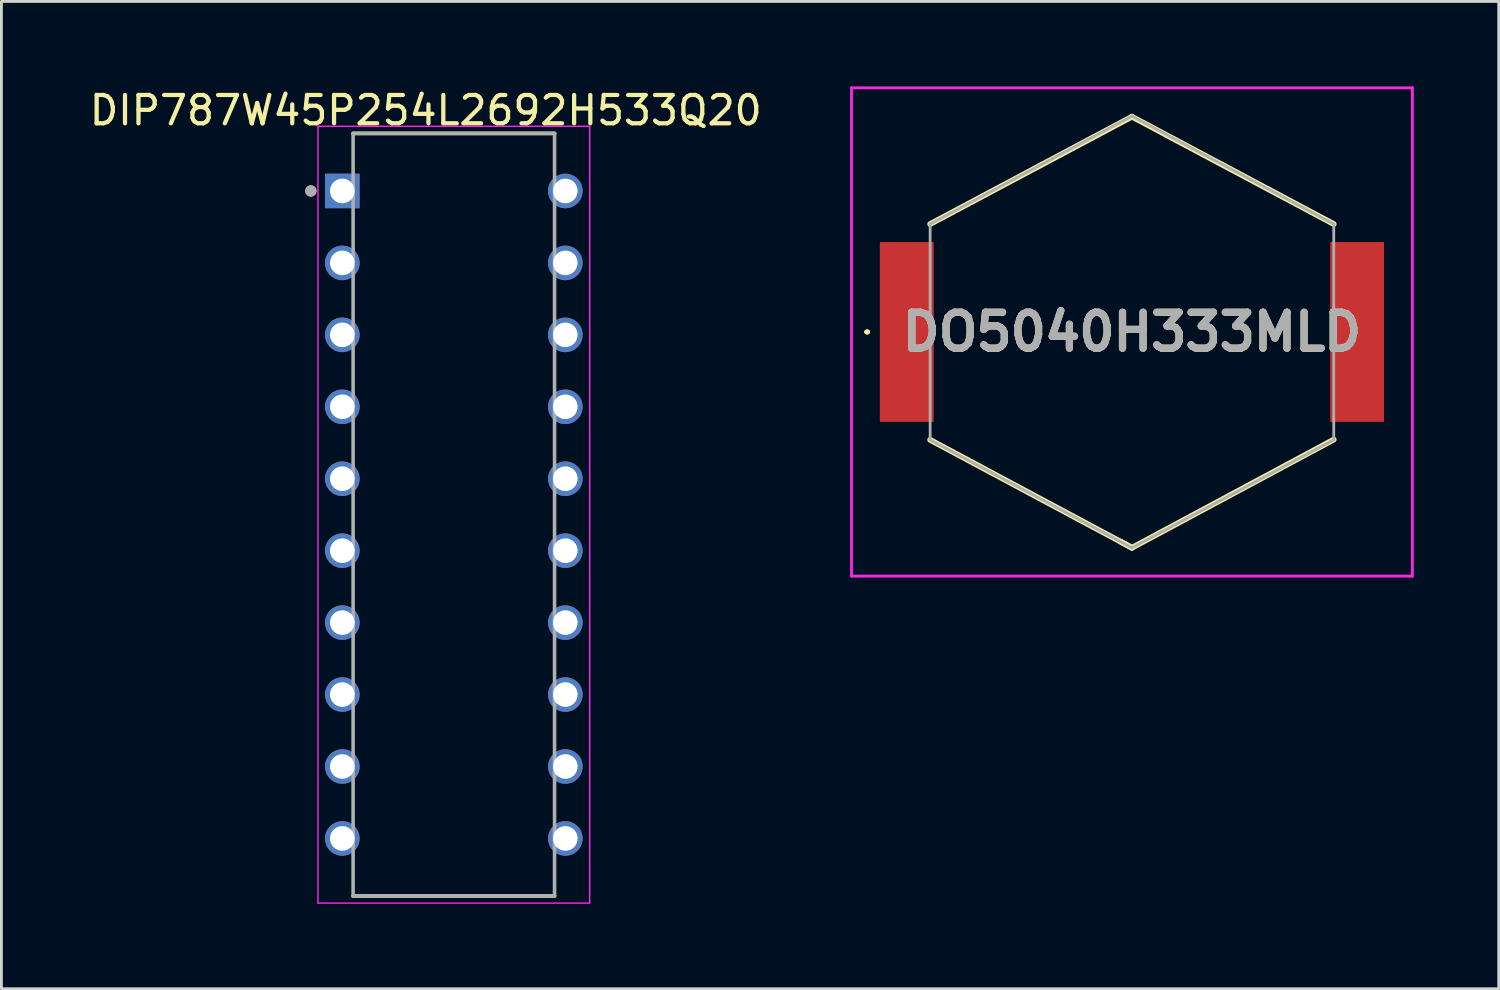
<source format=kicad_pcb>
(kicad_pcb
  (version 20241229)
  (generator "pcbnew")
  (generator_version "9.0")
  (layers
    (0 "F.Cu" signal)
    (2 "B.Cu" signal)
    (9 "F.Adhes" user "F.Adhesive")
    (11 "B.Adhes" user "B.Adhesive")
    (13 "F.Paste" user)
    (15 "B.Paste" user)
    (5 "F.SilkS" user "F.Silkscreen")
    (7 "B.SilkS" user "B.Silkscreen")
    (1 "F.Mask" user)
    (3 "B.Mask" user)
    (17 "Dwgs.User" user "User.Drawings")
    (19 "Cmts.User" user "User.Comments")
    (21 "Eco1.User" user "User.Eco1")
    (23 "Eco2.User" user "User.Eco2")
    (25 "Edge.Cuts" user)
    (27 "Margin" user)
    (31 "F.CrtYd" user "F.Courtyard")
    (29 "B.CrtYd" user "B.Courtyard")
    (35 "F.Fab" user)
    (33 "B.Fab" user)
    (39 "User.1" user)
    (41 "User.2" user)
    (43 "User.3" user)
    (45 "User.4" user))
  (footprint "DIP787W45P254L2692H533Q20"
    (layer "F.Cu")
    (at 12.973 15.122)
    (property "Reference" "DIP787W45P254L2692H533Q20" (at -0.991 -14.274 0) (layer "F.SilkS") (effects (font (size 1 1) (thickness 0.15))))
    (attr through_hole)
    (fp_line (start -3.556 -13.462) (end 3.556 -13.462) (stroke (width 0.127) (type solid)) (layer "F.SilkS"))
    (fp_line (start -3.556 13.462) (end 3.556 13.462) (stroke (width 0.127) (type solid)) (layer "F.SilkS"))
    (fp_circle (center -5.047 -11.43) (end -4.947 -11.43) (stroke (width 0.2) (type solid)) (fill no) (layer "F.SilkS"))
    (fp_line (start -4.797 -13.712) (end -4.797 13.712) (stroke (width 0.05) (type solid)) (layer "F.CrtYd"))
    (fp_line (start 4.797 -13.712) (end -4.797 -13.712) (stroke (width 0.05) (type solid)) (layer "F.CrtYd"))
    (fp_line (start 4.797 -13.712) (end 4.797 13.712) (stroke (width 0.05) (type solid)) (layer "F.CrtYd"))
    (fp_line (start 4.797 13.712) (end -4.797 13.712) (stroke (width 0.05) (type solid)) (layer "F.CrtYd"))
    (fp_line (start -3.556 -13.462) (end -3.556 13.462) (stroke (width 0.127) (type solid)) (layer "F.Fab"))
    (fp_line (start -3.556 -13.462) (end 3.556 -13.462) (stroke (width 0.127) (type solid)) (layer "F.Fab"))
    (fp_line (start -3.556 13.462) (end 3.556 13.462) (stroke (width 0.127) (type solid)) (layer "F.Fab"))
    (fp_line (start 3.556 -13.462) (end 3.556 13.462) (stroke (width 0.127) (type solid)) (layer "F.Fab"))
    (fp_circle (center -5.047 -11.43) (end -4.947 -11.43) (stroke (width 0.2) (type solid)) (fill no) (layer "F.Fab"))
    (pad "1" thru_hole rect (at -3.937 -11.43) (size 1.22 1.22) (drill 0.87) (layers "*.Cu" "*.Mask"))
    (pad "2" thru_hole circle (at -3.937 -8.89) (size 1.22 1.22) (drill 0.87) (layers "*.Cu" "*.Mask"))
    (pad "3" thru_hole circle (at -3.937 -6.35) (size 1.22 1.22) (drill 0.87) (layers "*.Cu" "*.Mask"))
    (pad "4" thru_hole circle (at -3.937 -3.81) (size 1.22 1.22) (drill 0.87) (layers "*.Cu" "*.Mask"))
    (pad "5" thru_hole circle (at -3.937 -1.27) (size 1.22 1.22) (drill 0.87) (layers "*.Cu" "*.Mask"))
    (pad "6" thru_hole circle (at -3.937 1.27) (size 1.22 1.22) (drill 0.87) (layers "*.Cu" "*.Mask"))
    (pad "7" thru_hole circle (at -3.937 3.81) (size 1.22 1.22) (drill 0.87) (layers "*.Cu" "*.Mask"))
    (pad "8" thru_hole circle (at -3.937 6.35) (size 1.22 1.22) (drill 0.87) (layers "*.Cu" "*.Mask"))
    (pad "9" thru_hole circle (at -3.937 8.89) (size 1.22 1.22) (drill 0.87) (layers "*.Cu" "*.Mask"))
    (pad "10" thru_hole circle (at -3.937 11.43) (size 1.22 1.22) (drill 0.87) (layers "*.Cu" "*.Mask"))
    (pad "11" thru_hole circle (at 3.937 11.43) (size 1.22 1.22) (drill 0.87) (layers "*.Cu" "*.Mask"))
    (pad "12" thru_hole circle (at 3.937 8.89) (size 1.22 1.22) (drill 0.87) (layers "*.Cu" "*.Mask"))
    (pad "13" thru_hole circle (at 3.937 6.35) (size 1.22 1.22) (drill 0.87) (layers "*.Cu" "*.Mask"))
    (pad "14" thru_hole circle (at 3.937 3.81) (size 1.22 1.22) (drill 0.87) (layers "*.Cu" "*.Mask"))
    (pad "15" thru_hole circle (at 3.937 1.27) (size 1.22 1.22) (drill 0.87) (layers "*.Cu" "*.Mask"))
    (pad "16" thru_hole circle (at 3.937 -1.27) (size 1.22 1.22) (drill 0.87) (layers "*.Cu" "*.Mask"))
    (pad "17" thru_hole circle (at 3.937 -3.81) (size 1.22 1.22) (drill 0.87) (layers "*.Cu" "*.Mask"))
    (pad "18" thru_hole circle (at 3.937 -6.35) (size 1.22 1.22) (drill 0.87) (layers "*.Cu" "*.Mask"))
    (pad "19" thru_hole circle (at 3.937 -8.89) (size 1.22 1.22) (drill 0.87) (layers "*.Cu" "*.Mask"))
    (pad "20" thru_hole circle (at 3.937 -11.43) (size 1.22 1.22) (drill 0.87) (layers "*.Cu" "*.Mask")))
  (footprint "DO5040H333MLD"
    (layer "F.Cu")
    (at 36.914 8.67)
    (property "Reference" "DO5040H333MLD" (at 0 0 0) (layer "F.SilkS") (effects (font (size 1.27 1.27) (thickness 0.254))))
    (attr smd)
    (fp_line (start -9.4 0) (end -9.4 0) (stroke (width 0.1) (type solid)) (layer "F.SilkS"))
    (fp_line (start -9.3 0) (end -9.3 0) (stroke (width 0.1) (type solid)) (layer "F.SilkS"))
    (fp_line (start -7.125 -3.81) (end 0 -7.6) (stroke (width 0.2) (type solid)) (layer "F.SilkS"))
    (fp_line (start 0 -7.6) (end 7.125 -3.81) (stroke (width 0.2) (type solid)) (layer "F.SilkS"))
    (fp_line (start 0 7.62) (end -7.125 3.81) (stroke (width 0.2) (type solid)) (layer "F.SilkS"))
    (fp_line (start 0 7.62) (end -0.4 7.4) (stroke (width 0.2) (type solid)) (layer "F.SilkS"))
    (fp_line (start 7.125 3.8) (end 0 7.62) (stroke (width 0.2) (type solid)) (layer "F.SilkS"))
    (fp_arc (start -9.4 0) (mid -9.35 -0.05) (end -9.3 0) (stroke (width 0.1) (type solid)) (layer "F.SilkS"))
    (fp_arc (start -9.3 0) (mid -9.35 0.05) (end -9.4 0) (stroke (width 0.1) (type solid)) (layer "F.SilkS"))
    (fp_line (start -9.9 -8.62) (end 9.9 -8.62) (stroke (width 0.1) (type solid)) (layer "F.CrtYd"))
    (fp_line (start -9.9 8.62) (end -9.9 -8.62) (stroke (width 0.1) (type solid)) (layer "F.CrtYd"))
    (fp_line (start 9.9 -8.62) (end 9.9 8.62) (stroke (width 0.1) (type solid)) (layer "F.CrtYd"))
    (fp_line (start 9.9 8.62) (end -9.9 8.62) (stroke (width 0.1) (type solid)) (layer "F.CrtYd"))
    (fp_line (start -7.125 -3.81) (end 0 -7.62) (stroke (width 0.1) (type solid)) (layer "F.Fab"))
    (fp_line (start -7.125 3.81) (end -7.125 -3.81) (stroke (width 0.1) (type solid)) (layer "F.Fab"))
    (fp_line (start 0 -7.62) (end 7.125 -3.81) (stroke (width 0.1) (type solid)) (layer "F.Fab"))
    (fp_line (start 0 7.62) (end -7.125 3.81) (stroke (width 0.1) (type solid)) (layer "F.Fab"))
    (fp_line (start 7.125 -3.81) (end 7.125 3.81) (stroke (width 0.1) (type solid)) (layer "F.Fab"))
    (fp_line (start 7.125 3.81) (end 0 7.62) (stroke (width 0.1) (type solid)) (layer "F.Fab"))
    (fp_text user "${REFERENCE}" (at 0 0 0) (layer "F.Fab") (effects (font (size 1.27 1.27) (thickness 0.254))))
    (pad "1" smd rect (at -7.95 0) (size 1.9 6.35) (layers "F.Cu" "F.Mask" "F.Paste"))
    (pad "2" smd rect (at 7.95 0) (size 1.9 6.35) (layers "F.Cu" "F.Mask" "F.Paste")))
  (gr_rect
    (start -3 -3)
    (end 49.864 31.859)
    (stroke (width 0.1) (type default))
    (fill no)
    (layer "Edge.Cuts")))
</source>
